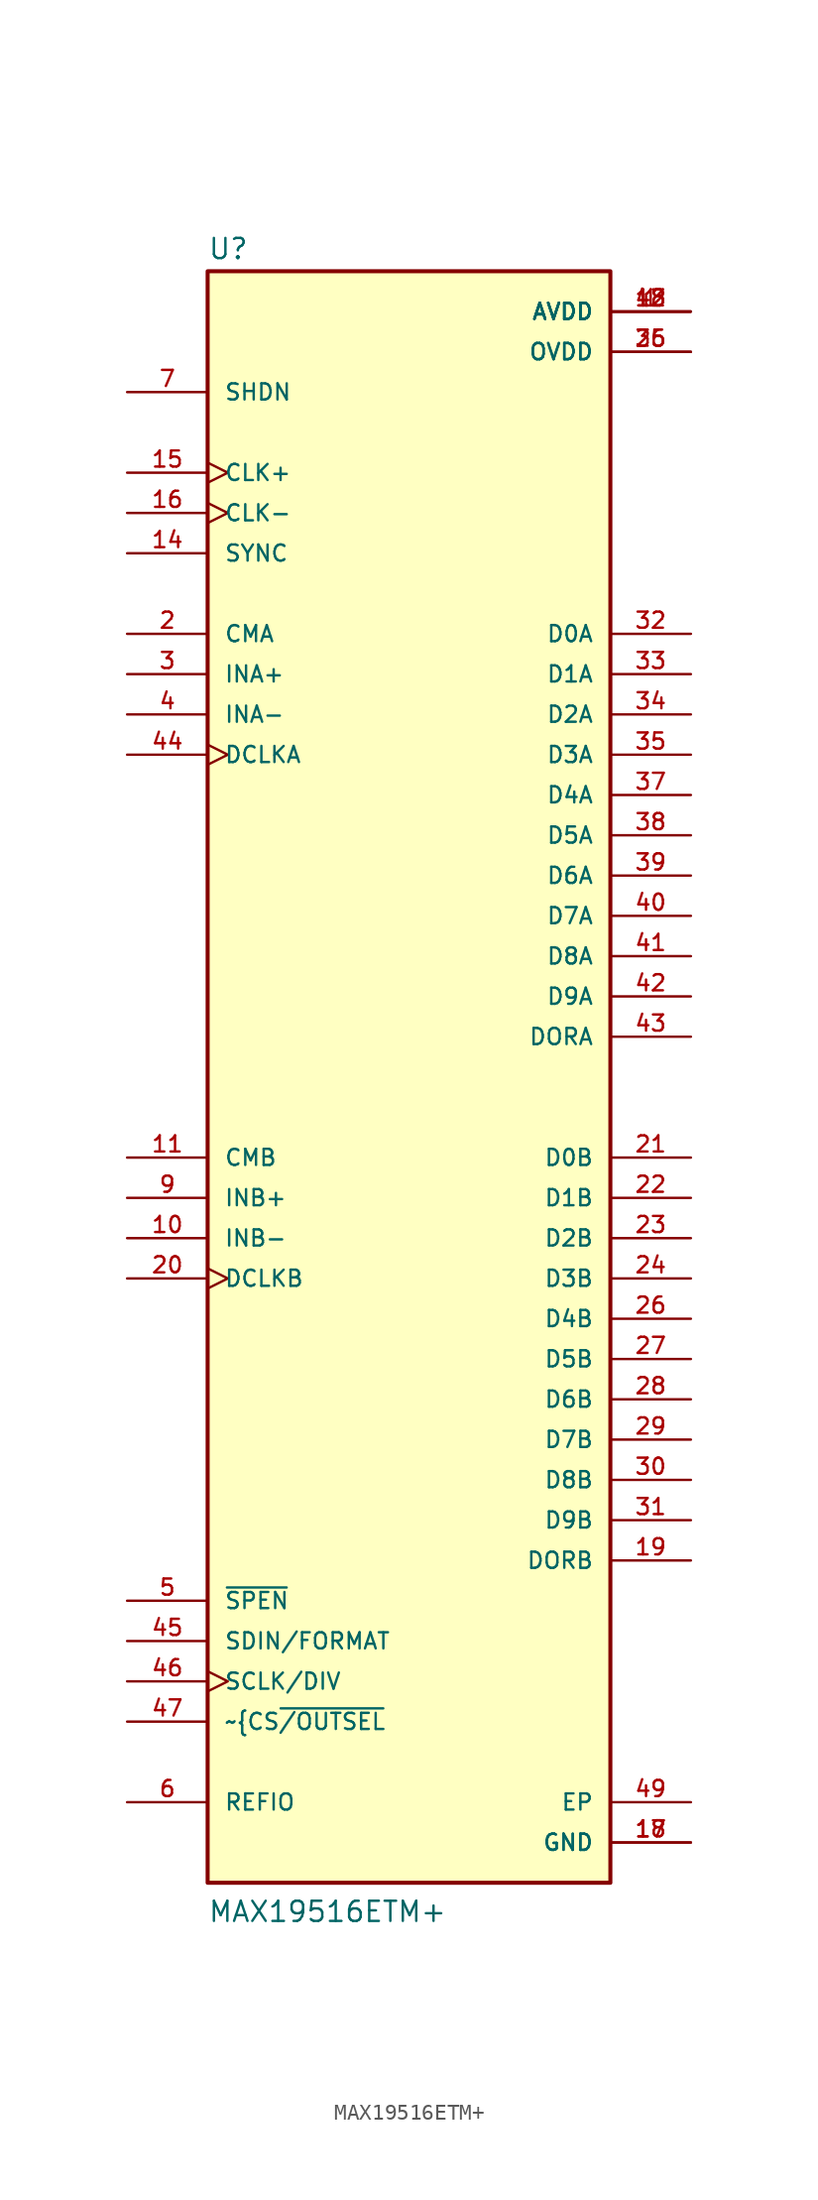
<source format=kicad_sym>
(kicad_symbol_lib
  (version 20211014)
  (generator kicad_symbol_editor)
  (symbol "MAX19516ETM+"
    (pin_names
      (offset 1.016))
    (property "Reference" "U"
      (at -12.708 51.469 0)
      (effects (font (size 1.27 1.27)) (justify bottom left)))
    (property "Value" "MAX19516ETM+"
      (at -12.706 -53.366 0)
      (effects (font (size 1.27 1.27)) (justify bottom left)))
    (symbol "MAX19516ETM+_0_0"
      (rectangle (start -12.7 -50.8) (end 12.7 50.8) (stroke (width 0.254)) (fill (type background)))
      (pin power_in line (at 17.78 48.26 180.0) (length 5.08) (name "AVDD" (effects (font (size 1.016 1.016)))) (number "1" (effects (font (size 1.016 1.016)))))
      (pin power_in line (at 17.78 48.26 180.0) (length 5.08) (name "AVDD" (effects (font (size 1.016 1.016)))) (number "12" (effects (font (size 1.016 1.016)))))
      (pin power_in line (at 17.78 48.26 180.0) (length 5.08) (name "AVDD" (effects (font (size 1.016 1.016)))) (number "13" (effects (font (size 1.016 1.016)))))
      (pin power_in line (at 17.78 48.26 180.0) (length 5.08) (name "AVDD" (effects (font (size 1.016 1.016)))) (number "48" (effects (font (size 1.016 1.016)))))
      (pin input line (at -17.78 27.94 0) (length 5.08) (name "CMA" (effects (font (size 1.016 1.016)))) (number "2" (effects (font (size 1.016 1.016)))))
      (pin input line (at -17.78 25.4 0) (length 5.08) (name "INA+" (effects (font (size 1.016 1.016)))) (number "3" (effects (font (size 1.016 1.016)))))
      (pin input line (at -17.78 22.86 0) (length 5.08) (name "INA-" (effects (font (size 1.016 1.016)))) (number "4" (effects (font (size 1.016 1.016)))))
      (pin input line (at -17.78 -33.02 0) (length 5.08) (name "~{SPEN}" (effects (font (size 1.016 1.016)))) (number "5" (effects (font (size 1.016 1.016)))))
      (pin bidirectional line (at -17.78 -45.72 0) (length 5.08) (name "REFIO" (effects (font (size 1.016 1.016)))) (number "6" (effects (font (size 1.016 1.016)))))
      (pin input line (at -17.78 43.18 0) (length 5.08) (name "SHDN" (effects (font (size 1.016 1.016)))) (number "7" (effects (font (size 1.016 1.016)))))
      (pin input line (at -17.78 -10.16 0) (length 5.08) (name "INB-" (effects (font (size 1.016 1.016)))) (number "10" (effects (font (size 1.016 1.016)))))
      (pin input line (at -17.78 -7.62 0) (length 5.08) (name "INB+" (effects (font (size 1.016 1.016)))) (number "9" (effects (font (size 1.016 1.016)))))
      (pin input line (at -17.78 -5.08 0) (length 5.08) (name "CMB" (effects (font (size 1.016 1.016)))) (number "11" (effects (font (size 1.016 1.016)))))
      (pin input line (at -17.78 33.02 0) (length 5.08) (name "SYNC" (effects (font (size 1.016 1.016)))) (number "14" (effects (font (size 1.016 1.016)))))
      (pin input clock (at -17.78 38.1 0) (length 5.08) (name "CLK+" (effects (font (size 1.016 1.016)))) (number "15" (effects (font (size 1.016 1.016)))))
      (pin input clock (at -17.78 35.56 0) (length 5.08) (name "CLK-" (effects (font (size 1.016 1.016)))) (number "16" (effects (font (size 1.016 1.016)))))
      (pin power_in line (at 17.78 -48.26 180.0) (length 5.08) (name "GND" (effects (font (size 1.016 1.016)))) (number "17" (effects (font (size 1.016 1.016)))))
      (pin power_in line (at 17.78 -48.26 180.0) (length 5.08) (name "GND" (effects (font (size 1.016 1.016)))) (number "18" (effects (font (size 1.016 1.016)))))
      (pin output line (at 17.78 -30.48 180.0) (length 5.08) (name "DORB" (effects (font (size 1.016 1.016)))) (number "19" (effects (font (size 1.016 1.016)))))
      (pin input clock (at -17.78 -12.7 0) (length 5.08) (name "DCLKB" (effects (font (size 1.016 1.016)))) (number "20" (effects (font (size 1.016 1.016)))))
      (pin output line (at 17.78 -5.08 180.0) (length 5.08) (name "D0B" (effects (font (size 1.016 1.016)))) (number "21" (effects (font (size 1.016 1.016)))))
      (pin output line (at 17.78 -7.62 180.0) (length 5.08) (name "D1B" (effects (font (size 1.016 1.016)))) (number "22" (effects (font (size 1.016 1.016)))))
      (pin output line (at 17.78 -10.16 180.0) (length 5.08) (name "D2B" (effects (font (size 1.016 1.016)))) (number "23" (effects (font (size 1.016 1.016)))))
      (pin output line (at 17.78 -12.7 180.0) (length 5.08) (name "D3B" (effects (font (size 1.016 1.016)))) (number "24" (effects (font (size 1.016 1.016)))))
      (pin power_in line (at 17.78 45.72 180.0) (length 5.08) (name "OVDD" (effects (font (size 1.016 1.016)))) (number "25" (effects (font (size 1.016 1.016)))))
      (pin power_in line (at 17.78 45.72 180.0) (length 5.08) (name "OVDD" (effects (font (size 1.016 1.016)))) (number "36" (effects (font (size 1.016 1.016)))))
      (pin output line (at 17.78 -15.24 180.0) (length 5.08) (name "D4B" (effects (font (size 1.016 1.016)))) (number "26" (effects (font (size 1.016 1.016)))))
      (pin output line (at 17.78 -17.78 180.0) (length 5.08) (name "D5B" (effects (font (size 1.016 1.016)))) (number "27" (effects (font (size 1.016 1.016)))))
      (pin output line (at 17.78 -20.32 180.0) (length 5.08) (name "D6B" (effects (font (size 1.016 1.016)))) (number "28" (effects (font (size 1.016 1.016)))))
      (pin output line (at 17.78 -22.86 180.0) (length 5.08) (name "D7B" (effects (font (size 1.016 1.016)))) (number "29" (effects (font (size 1.016 1.016)))))
      (pin output line (at 17.78 -25.4 180.0) (length 5.08) (name "D8B" (effects (font (size 1.016 1.016)))) (number "30" (effects (font (size 1.016 1.016)))))
      (pin output line (at 17.78 -27.94 180.0) (length 5.08) (name "D9B" (effects (font (size 1.016 1.016)))) (number "31" (effects (font (size 1.016 1.016)))))
      (pin output line (at 17.78 27.94 180.0) (length 5.08) (name "D0A" (effects (font (size 1.016 1.016)))) (number "32" (effects (font (size 1.016 1.016)))))
      (pin output line (at 17.78 25.4 180.0) (length 5.08) (name "D1A" (effects (font (size 1.016 1.016)))) (number "33" (effects (font (size 1.016 1.016)))))
      (pin output line (at 17.78 22.86 180.0) (length 5.08) (name "D2A" (effects (font (size 1.016 1.016)))) (number "34" (effects (font (size 1.016 1.016)))))
      (pin output line (at 17.78 20.32 180.0) (length 5.08) (name "D3A" (effects (font (size 1.016 1.016)))) (number "35" (effects (font (size 1.016 1.016)))))
      (pin output line (at 17.78 17.78 180.0) (length 5.08) (name "D4A" (effects (font (size 1.016 1.016)))) (number "37" (effects (font (size 1.016 1.016)))))
      (pin output line (at 17.78 15.24 180.0) (length 5.08) (name "D5A" (effects (font (size 1.016 1.016)))) (number "38" (effects (font (size 1.016 1.016)))))
      (pin output line (at 17.78 12.7 180.0) (length 5.08) (name "D6A" (effects (font (size 1.016 1.016)))) (number "39" (effects (font (size 1.016 1.016)))))
      (pin output line (at 17.78 10.16 180.0) (length 5.08) (name "D7A" (effects (font (size 1.016 1.016)))) (number "40" (effects (font (size 1.016 1.016)))))
      (pin output line (at 17.78 7.62 180.0) (length 5.08) (name "D8A" (effects (font (size 1.016 1.016)))) (number "41" (effects (font (size 1.016 1.016)))))
      (pin output line (at 17.78 5.08 180.0) (length 5.08) (name "D9A" (effects (font (size 1.016 1.016)))) (number "42" (effects (font (size 1.016 1.016)))))
      (pin output line (at 17.78 2.54 180.0) (length 5.08) (name "DORA" (effects (font (size 1.016 1.016)))) (number "43" (effects (font (size 1.016 1.016)))))
      (pin input clock (at -17.78 20.32 0) (length 5.08) (name "DCLKA" (effects (font (size 1.016 1.016)))) (number "44" (effects (font (size 1.016 1.016)))))
      (pin bidirectional line (at -17.78 -35.56 0) (length 5.08) (name "SDIN/FORMAT" (effects (font (size 1.016 1.016)))) (number "45" (effects (font (size 1.016 1.016)))))
      (pin input clock (at -17.78 -38.1 0) (length 5.08) (name "SCLK/DIV" (effects (font (size 1.016 1.016)))) (number "46" (effects (font (size 1.016 1.016)))))
      (pin bidirectional line (at -17.78 -40.64 0) (length 5.08) (name "~{CS~{/OUTSEL}" (effects (font (size 1.016 1.016)))) (number "47" (effects (font (size 1.016 1.016)))))
      (pin power_in line (at 17.78 -45.72 180.0) (length 5.08) (name "EP" (effects (font (size 1.016 1.016)))) (number "49" (effects (font (size 1.016 1.016))))))))
</source>
